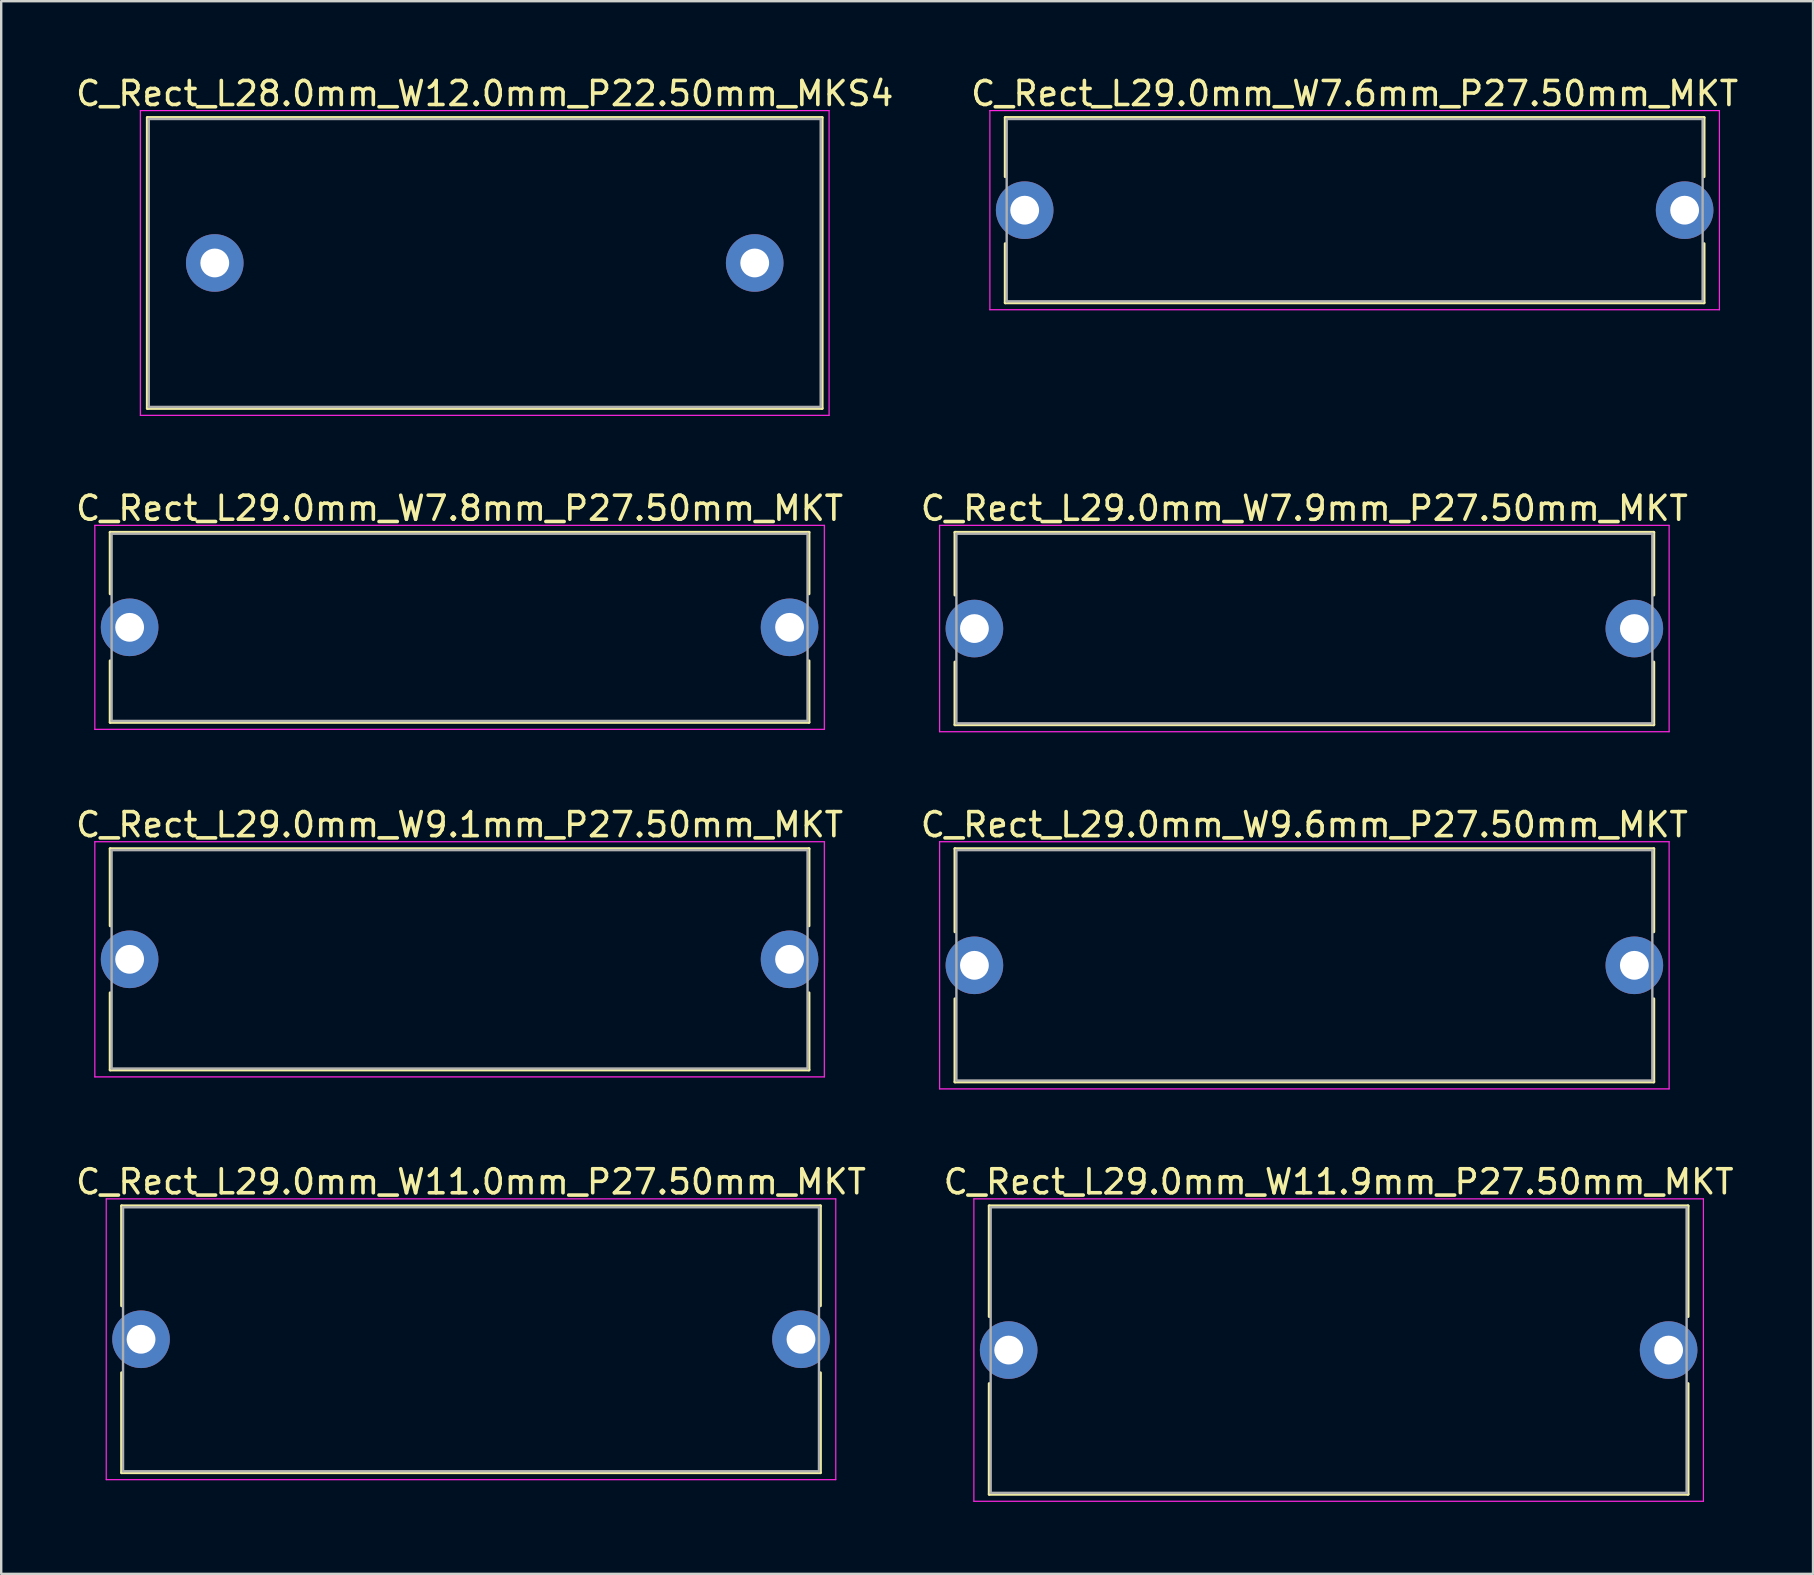
<source format=kicad_pcb>
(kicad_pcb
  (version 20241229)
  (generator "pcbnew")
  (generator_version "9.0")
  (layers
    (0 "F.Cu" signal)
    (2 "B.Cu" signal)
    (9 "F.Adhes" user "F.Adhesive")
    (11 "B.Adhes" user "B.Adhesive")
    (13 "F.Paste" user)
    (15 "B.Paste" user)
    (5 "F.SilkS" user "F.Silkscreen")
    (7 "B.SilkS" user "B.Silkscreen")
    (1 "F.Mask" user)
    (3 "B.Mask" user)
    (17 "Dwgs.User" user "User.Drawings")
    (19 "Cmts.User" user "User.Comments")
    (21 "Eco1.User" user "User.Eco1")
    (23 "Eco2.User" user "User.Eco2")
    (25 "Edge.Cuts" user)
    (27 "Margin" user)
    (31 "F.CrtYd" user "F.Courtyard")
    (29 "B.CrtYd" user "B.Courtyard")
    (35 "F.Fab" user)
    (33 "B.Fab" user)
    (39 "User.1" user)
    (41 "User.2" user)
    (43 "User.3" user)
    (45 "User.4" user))
  (footprint "C_Rect_L29.0mm_W9.1mm_P27.50mm_MKT"
    (layer "F.Cu")
    (at 2.351 36.925)
    (property "Reference" "C_Rect_L29.0mm_W9.1mm_P27.50mm_MKT" (at 13.75 -5.61 0) (layer "F.SilkS") (effects (font (size 1 1) (thickness 0.15))))
    (attr through_hole)
    (fp_line (start -0.81 -4.61) (end -0.81 -1.395) (stroke (width 0.12) (type solid)) (layer "F.SilkS"))
    (fp_line (start -0.81 -4.61) (end 28.31 -4.61) (stroke (width 0.12) (type solid)) (layer "F.SilkS"))
    (fp_line (start -0.81 1.395) (end -0.81 4.61) (stroke (width 0.12) (type solid)) (layer "F.SilkS"))
    (fp_line (start -0.81 4.61) (end 28.31 4.61) (stroke (width 0.12) (type solid)) (layer "F.SilkS"))
    (fp_line (start 28.31 -4.61) (end 28.31 -1.395) (stroke (width 0.12) (type solid)) (layer "F.SilkS"))
    (fp_line (start 28.31 1.395) (end 28.31 4.61) (stroke (width 0.12) (type solid)) (layer "F.SilkS"))
    (fp_line (start -1.45 -4.9) (end -1.45 4.9) (stroke (width 0.05) (type solid)) (layer "F.CrtYd"))
    (fp_line (start -1.45 4.9) (end 28.95 4.9) (stroke (width 0.05) (type solid)) (layer "F.CrtYd"))
    (fp_line (start 28.95 -4.9) (end -1.45 -4.9) (stroke (width 0.05) (type solid)) (layer "F.CrtYd"))
    (fp_line (start 28.95 4.9) (end 28.95 -4.9) (stroke (width 0.05) (type solid)) (layer "F.CrtYd"))
    (fp_line (start -0.75 -4.55) (end -0.75 4.55) (stroke (width 0.1) (type solid)) (layer "F.Fab"))
    (fp_line (start -0.75 4.55) (end 28.25 4.55) (stroke (width 0.1) (type solid)) (layer "F.Fab"))
    (fp_line (start 28.25 -4.55) (end -0.75 -4.55) (stroke (width 0.1) (type solid)) (layer "F.Fab"))
    (fp_line (start 28.25 4.55) (end 28.25 -4.55) (stroke (width 0.1) (type solid)) (layer "F.Fab"))
    (pad "1" thru_hole circle (at 0 0) (size 2.4 2.4) (drill 1.2) (layers "*.Cu" "*.Mask"))
    (pad "2" thru_hole circle (at 27.5 0) (size 2.4 2.4) (drill 1.2) (layers "*.Cu" "*.Mask")))
  (footprint "C_Rect_L29.0mm_W11.9mm_P27.50mm_MKT"
    (layer "F.Cu")
    (at 38.982 53.208)
    (property "Reference" "C_Rect_L29.0mm_W11.9mm_P27.50mm_MKT" (at 13.75 -7.01 0) (layer "F.SilkS") (effects (font (size 1 1) (thickness 0.15))))
    (attr through_hole)
    (fp_line (start -0.81 -6.01) (end -0.81 -1.395) (stroke (width 0.12) (type solid)) (layer "F.SilkS"))
    (fp_line (start -0.81 -6.01) (end 28.31 -6.01) (stroke (width 0.12) (type solid)) (layer "F.SilkS"))
    (fp_line (start -0.81 1.395) (end -0.81 6.01) (stroke (width 0.12) (type solid)) (layer "F.SilkS"))
    (fp_line (start -0.81 6.01) (end 28.31 6.01) (stroke (width 0.12) (type solid)) (layer "F.SilkS"))
    (fp_line (start 28.31 -6.01) (end 28.31 -1.395) (stroke (width 0.12) (type solid)) (layer "F.SilkS"))
    (fp_line (start 28.31 1.395) (end 28.31 6.01) (stroke (width 0.12) (type solid)) (layer "F.SilkS"))
    (fp_line (start -1.45 -6.3) (end -1.45 6.3) (stroke (width 0.05) (type solid)) (layer "F.CrtYd"))
    (fp_line (start -1.45 6.3) (end 28.95 6.3) (stroke (width 0.05) (type solid)) (layer "F.CrtYd"))
    (fp_line (start 28.95 -6.3) (end -1.45 -6.3) (stroke (width 0.05) (type solid)) (layer "F.CrtYd"))
    (fp_line (start 28.95 6.3) (end 28.95 -6.3) (stroke (width 0.05) (type solid)) (layer "F.CrtYd"))
    (fp_line (start -0.75 -5.95) (end -0.75 5.95) (stroke (width 0.1) (type solid)) (layer "F.Fab"))
    (fp_line (start -0.75 5.95) (end 28.25 5.95) (stroke (width 0.1) (type solid)) (layer "F.Fab"))
    (fp_line (start 28.25 -5.95) (end -0.75 -5.95) (stroke (width 0.1) (type solid)) (layer "F.Fab"))
    (fp_line (start 28.25 5.95) (end 28.25 -5.95) (stroke (width 0.1) (type solid)) (layer "F.Fab"))
    (pad "1" thru_hole circle (at 0 0) (size 2.4 2.4) (drill 1.2) (layers "*.Cu" "*.Mask"))
    (pad "2" thru_hole circle (at 27.5 0) (size 2.4 2.4) (drill 1.2) (layers "*.Cu" "*.Mask")))
  (footprint "C_Rect_L29.0mm_W11.0mm_P27.50mm_MKT"
    (layer "F.Cu")
    (at 2.827 52.758)
    (property "Reference" "C_Rect_L29.0mm_W11.0mm_P27.50mm_MKT" (at 13.75 -6.56 0) (layer "F.SilkS") (effects (font (size 1 1) (thickness 0.15))))
    (attr through_hole)
    (fp_line (start -0.81 -5.56) (end -0.81 -1.395) (stroke (width 0.12) (type solid)) (layer "F.SilkS"))
    (fp_line (start -0.81 -5.56) (end 28.31 -5.56) (stroke (width 0.12) (type solid)) (layer "F.SilkS"))
    (fp_line (start -0.81 1.395) (end -0.81 5.56) (stroke (width 0.12) (type solid)) (layer "F.SilkS"))
    (fp_line (start -0.81 5.56) (end 28.31 5.56) (stroke (width 0.12) (type solid)) (layer "F.SilkS"))
    (fp_line (start 28.31 -5.56) (end 28.31 -1.395) (stroke (width 0.12) (type solid)) (layer "F.SilkS"))
    (fp_line (start 28.31 1.395) (end 28.31 5.56) (stroke (width 0.12) (type solid)) (layer "F.SilkS"))
    (fp_line (start -1.45 -5.85) (end -1.45 5.85) (stroke (width 0.05) (type solid)) (layer "F.CrtYd"))
    (fp_line (start -1.45 5.85) (end 28.95 5.85) (stroke (width 0.05) (type solid)) (layer "F.CrtYd"))
    (fp_line (start 28.95 -5.85) (end -1.45 -5.85) (stroke (width 0.05) (type solid)) (layer "F.CrtYd"))
    (fp_line (start 28.95 5.85) (end 28.95 -5.85) (stroke (width 0.05) (type solid)) (layer "F.CrtYd"))
    (fp_line (start -0.75 -5.5) (end -0.75 5.5) (stroke (width 0.1) (type solid)) (layer "F.Fab"))
    (fp_line (start -0.75 5.5) (end 28.25 5.5) (stroke (width 0.1) (type solid)) (layer "F.Fab"))
    (fp_line (start 28.25 -5.5) (end -0.75 -5.5) (stroke (width 0.1) (type solid)) (layer "F.Fab"))
    (fp_line (start 28.25 5.5) (end 28.25 -5.5) (stroke (width 0.1) (type solid)) (layer "F.Fab"))
    (pad "1" thru_hole circle (at 0 0) (size 2.4 2.4) (drill 1.2) (layers "*.Cu" "*.Mask"))
    (pad "2" thru_hole circle (at 27.5 0) (size 2.4 2.4) (drill 1.2) (layers "*.Cu" "*.Mask")))
  (footprint "C_Rect_L29.0mm_W7.8mm_P27.50mm_MKT"
    (layer "F.Cu")
    (at 2.351 23.091)
    (property "Reference" "C_Rect_L29.0mm_W7.8mm_P27.50mm_MKT" (at 13.75 -4.96 0) (layer "F.SilkS") (effects (font (size 1 1) (thickness 0.15))))
    (attr through_hole)
    (fp_line (start -0.81 -3.96) (end -0.81 -1.395) (stroke (width 0.12) (type solid)) (layer "F.SilkS"))
    (fp_line (start -0.81 -3.96) (end 28.31 -3.96) (stroke (width 0.12) (type solid)) (layer "F.SilkS"))
    (fp_line (start -0.81 1.395) (end -0.81 3.96) (stroke (width 0.12) (type solid)) (layer "F.SilkS"))
    (fp_line (start -0.81 3.96) (end 28.31 3.96) (stroke (width 0.12) (type solid)) (layer "F.SilkS"))
    (fp_line (start 28.31 -3.96) (end 28.31 -1.395) (stroke (width 0.12) (type solid)) (layer "F.SilkS"))
    (fp_line (start 28.31 1.395) (end 28.31 3.96) (stroke (width 0.12) (type solid)) (layer "F.SilkS"))
    (fp_line (start -1.45 -4.25) (end -1.45 4.25) (stroke (width 0.05) (type solid)) (layer "F.CrtYd"))
    (fp_line (start -1.45 4.25) (end 28.95 4.25) (stroke (width 0.05) (type solid)) (layer "F.CrtYd"))
    (fp_line (start 28.95 -4.25) (end -1.45 -4.25) (stroke (width 0.05) (type solid)) (layer "F.CrtYd"))
    (fp_line (start 28.95 4.25) (end 28.95 -4.25) (stroke (width 0.05) (type solid)) (layer "F.CrtYd"))
    (fp_line (start -0.75 -3.9) (end -0.75 3.9) (stroke (width 0.1) (type solid)) (layer "F.Fab"))
    (fp_line (start -0.75 3.9) (end 28.25 3.9) (stroke (width 0.1) (type solid)) (layer "F.Fab"))
    (fp_line (start 28.25 -3.9) (end -0.75 -3.9) (stroke (width 0.1) (type solid)) (layer "F.Fab"))
    (fp_line (start 28.25 3.9) (end 28.25 -3.9) (stroke (width 0.1) (type solid)) (layer "F.Fab"))
    (pad "1" thru_hole circle (at 0 0) (size 2.4 2.4) (drill 1.2) (layers "*.Cu" "*.Mask"))
    (pad "2" thru_hole circle (at 27.5 0) (size 2.4 2.4) (drill 1.2) (layers "*.Cu" "*.Mask")))
  (footprint "C_Rect_L28.0mm_W12.0mm_P22.50mm_MKS4"
    (layer "F.Cu")
    (at 5.899 7.908)
    (property "Reference" "C_Rect_L28.0mm_W12.0mm_P22.50mm_MKS4" (at 11.25 -7.06 0) (layer "F.SilkS") (effects (font (size 1 1) (thickness 0.15))))
    (attr through_hole)
    (fp_line (start -2.81 -6.06) (end -2.81 6.06) (stroke (width 0.12) (type solid)) (layer "F.SilkS"))
    (fp_line (start -2.81 -6.06) (end 25.31 -6.06) (stroke (width 0.12) (type solid)) (layer "F.SilkS"))
    (fp_line (start -2.81 6.06) (end 25.31 6.06) (stroke (width 0.12) (type solid)) (layer "F.SilkS"))
    (fp_line (start 25.31 -6.06) (end 25.31 6.06) (stroke (width 0.12) (type solid)) (layer "F.SilkS"))
    (fp_line (start -3.1 -6.35) (end -3.1 6.35) (stroke (width 0.05) (type solid)) (layer "F.CrtYd"))
    (fp_line (start -3.1 6.35) (end 25.6 6.35) (stroke (width 0.05) (type solid)) (layer "F.CrtYd"))
    (fp_line (start 25.6 -6.35) (end -3.1 -6.35) (stroke (width 0.05) (type solid)) (layer "F.CrtYd"))
    (fp_line (start 25.6 6.35) (end 25.6 -6.35) (stroke (width 0.05) (type solid)) (layer "F.CrtYd"))
    (fp_line (start -2.75 -6) (end -2.75 6) (stroke (width 0.1) (type solid)) (layer "F.Fab"))
    (fp_line (start -2.75 6) (end 25.25 6) (stroke (width 0.1) (type solid)) (layer "F.Fab"))
    (fp_line (start 25.25 -6) (end -2.75 -6) (stroke (width 0.1) (type solid)) (layer "F.Fab"))
    (fp_line (start 25.25 6) (end 25.25 -6) (stroke (width 0.1) (type solid)) (layer "F.Fab"))
    (pad "1" thru_hole circle (at 0 0) (size 2.4 2.4) (drill 1.2) (layers "*.Cu" "*.Mask"))
    (pad "2" thru_hole circle (at 22.5 0) (size 2.4 2.4) (drill 1.2) (layers "*.Cu" "*.Mask")))
  (footprint "C_Rect_L29.0mm_W9.6mm_P27.50mm_MKT"
    (layer "F.Cu")
    (at 37.554 37.175)
    (property "Reference" "C_Rect_L29.0mm_W9.6mm_P27.50mm_MKT" (at 13.75 -5.86 0) (layer "F.SilkS") (effects (font (size 1 1) (thickness 0.15))))
    (attr through_hole)
    (fp_line (start -0.81 -4.86) (end -0.81 -1.395) (stroke (width 0.12) (type solid)) (layer "F.SilkS"))
    (fp_line (start -0.81 -4.86) (end 28.31 -4.86) (stroke (width 0.12) (type solid)) (layer "F.SilkS"))
    (fp_line (start -0.81 1.395) (end -0.81 4.86) (stroke (width 0.12) (type solid)) (layer "F.SilkS"))
    (fp_line (start -0.81 4.86) (end 28.31 4.86) (stroke (width 0.12) (type solid)) (layer "F.SilkS"))
    (fp_line (start 28.31 -4.86) (end 28.31 -1.395) (stroke (width 0.12) (type solid)) (layer "F.SilkS"))
    (fp_line (start 28.31 1.395) (end 28.31 4.86) (stroke (width 0.12) (type solid)) (layer "F.SilkS"))
    (fp_line (start -1.45 -5.15) (end -1.45 5.15) (stroke (width 0.05) (type solid)) (layer "F.CrtYd"))
    (fp_line (start -1.45 5.15) (end 28.95 5.15) (stroke (width 0.05) (type solid)) (layer "F.CrtYd"))
    (fp_line (start 28.95 -5.15) (end -1.45 -5.15) (stroke (width 0.05) (type solid)) (layer "F.CrtYd"))
    (fp_line (start 28.95 5.15) (end 28.95 -5.15) (stroke (width 0.05) (type solid)) (layer "F.CrtYd"))
    (fp_line (start -0.75 -4.8) (end -0.75 4.8) (stroke (width 0.1) (type solid)) (layer "F.Fab"))
    (fp_line (start -0.75 4.8) (end 28.25 4.8) (stroke (width 0.1) (type solid)) (layer "F.Fab"))
    (fp_line (start 28.25 -4.8) (end -0.75 -4.8) (stroke (width 0.1) (type solid)) (layer "F.Fab"))
    (fp_line (start 28.25 4.8) (end 28.25 -4.8) (stroke (width 0.1) (type solid)) (layer "F.Fab"))
    (pad "1" thru_hole circle (at 0 0) (size 2.4 2.4) (drill 1.2) (layers "*.Cu" "*.Mask"))
    (pad "2" thru_hole circle (at 27.5 0) (size 2.4 2.4) (drill 1.2) (layers "*.Cu" "*.Mask")))
  (footprint "C_Rect_L29.0mm_W7.6mm_P27.50mm_MKT"
    (layer "F.Cu")
    (at 39.649 5.708)
    (property "Reference" "C_Rect_L29.0mm_W7.6mm_P27.50mm_MKT" (at 13.75 -4.86 0) (layer "F.SilkS") (effects (font (size 1 1) (thickness 0.15))))
    (attr through_hole)
    (fp_line (start -0.81 -3.86) (end -0.81 -1.395) (stroke (width 0.12) (type solid)) (layer "F.SilkS"))
    (fp_line (start -0.81 -3.86) (end 28.31 -3.86) (stroke (width 0.12) (type solid)) (layer "F.SilkS"))
    (fp_line (start -0.81 1.395) (end -0.81 3.86) (stroke (width 0.12) (type solid)) (layer "F.SilkS"))
    (fp_line (start -0.81 3.86) (end 28.31 3.86) (stroke (width 0.12) (type solid)) (layer "F.SilkS"))
    (fp_line (start 28.31 -3.86) (end 28.31 -1.395) (stroke (width 0.12) (type solid)) (layer "F.SilkS"))
    (fp_line (start 28.31 1.395) (end 28.31 3.86) (stroke (width 0.12) (type solid)) (layer "F.SilkS"))
    (fp_line (start -1.45 -4.15) (end -1.45 4.15) (stroke (width 0.05) (type solid)) (layer "F.CrtYd"))
    (fp_line (start -1.45 4.15) (end 28.95 4.15) (stroke (width 0.05) (type solid)) (layer "F.CrtYd"))
    (fp_line (start 28.95 -4.15) (end -1.45 -4.15) (stroke (width 0.05) (type solid)) (layer "F.CrtYd"))
    (fp_line (start 28.95 4.15) (end 28.95 -4.15) (stroke (width 0.05) (type solid)) (layer "F.CrtYd"))
    (fp_line (start -0.75 -3.8) (end -0.75 3.8) (stroke (width 0.1) (type solid)) (layer "F.Fab"))
    (fp_line (start -0.75 3.8) (end 28.25 3.8) (stroke (width 0.1) (type solid)) (layer "F.Fab"))
    (fp_line (start 28.25 -3.8) (end -0.75 -3.8) (stroke (width 0.1) (type solid)) (layer "F.Fab"))
    (fp_line (start 28.25 3.8) (end 28.25 -3.8) (stroke (width 0.1) (type solid)) (layer "F.Fab"))
    (pad "1" thru_hole circle (at 0 0) (size 2.4 2.4) (drill 1.2) (layers "*.Cu" "*.Mask"))
    (pad "2" thru_hole circle (at 27.5 0) (size 2.4 2.4) (drill 1.2) (layers "*.Cu" "*.Mask")))
  (footprint "C_Rect_L29.0mm_W7.9mm_P27.50mm_MKT"
    (layer "F.Cu")
    (at 37.554 23.142)
    (property "Reference" "C_Rect_L29.0mm_W7.9mm_P27.50mm_MKT" (at 13.75 -5.01 0) (layer "F.SilkS") (effects (font (size 1 1) (thickness 0.15))))
    (attr through_hole)
    (fp_line (start -0.81 -4.01) (end -0.81 -1.395) (stroke (width 0.12) (type solid)) (layer "F.SilkS"))
    (fp_line (start -0.81 -4.01) (end 28.31 -4.01) (stroke (width 0.12) (type solid)) (layer "F.SilkS"))
    (fp_line (start -0.81 1.395) (end -0.81 4.01) (stroke (width 0.12) (type solid)) (layer "F.SilkS"))
    (fp_line (start -0.81 4.01) (end 28.31 4.01) (stroke (width 0.12) (type solid)) (layer "F.SilkS"))
    (fp_line (start 28.31 -4.01) (end 28.31 -1.395) (stroke (width 0.12) (type solid)) (layer "F.SilkS"))
    (fp_line (start 28.31 1.395) (end 28.31 4.01) (stroke (width 0.12) (type solid)) (layer "F.SilkS"))
    (fp_line (start -1.45 -4.3) (end -1.45 4.3) (stroke (width 0.05) (type solid)) (layer "F.CrtYd"))
    (fp_line (start -1.45 4.3) (end 28.95 4.3) (stroke (width 0.05) (type solid)) (layer "F.CrtYd"))
    (fp_line (start 28.95 -4.3) (end -1.45 -4.3) (stroke (width 0.05) (type solid)) (layer "F.CrtYd"))
    (fp_line (start 28.95 4.3) (end 28.95 -4.3) (stroke (width 0.05) (type solid)) (layer "F.CrtYd"))
    (fp_line (start -0.75 -3.95) (end -0.75 3.95) (stroke (width 0.1) (type solid)) (layer "F.Fab"))
    (fp_line (start -0.75 3.95) (end 28.25 3.95) (stroke (width 0.1) (type solid)) (layer "F.Fab"))
    (fp_line (start 28.25 -3.95) (end -0.75 -3.95) (stroke (width 0.1) (type solid)) (layer "F.Fab"))
    (fp_line (start 28.25 3.95) (end 28.25 -3.95) (stroke (width 0.1) (type solid)) (layer "F.Fab"))
    (pad "1" thru_hole circle (at 0 0) (size 2.4 2.4) (drill 1.2) (layers "*.Cu" "*.Mask"))
    (pad "2" thru_hole circle (at 27.5 0) (size 2.4 2.4) (drill 1.2) (layers "*.Cu" "*.Mask")))
  (gr_rect
    (start -3 -3)
    (end 72.5 62.533)
    (stroke (width 0.1) (type default))
    (fill no)
    (layer "Edge.Cuts")))
</source>
